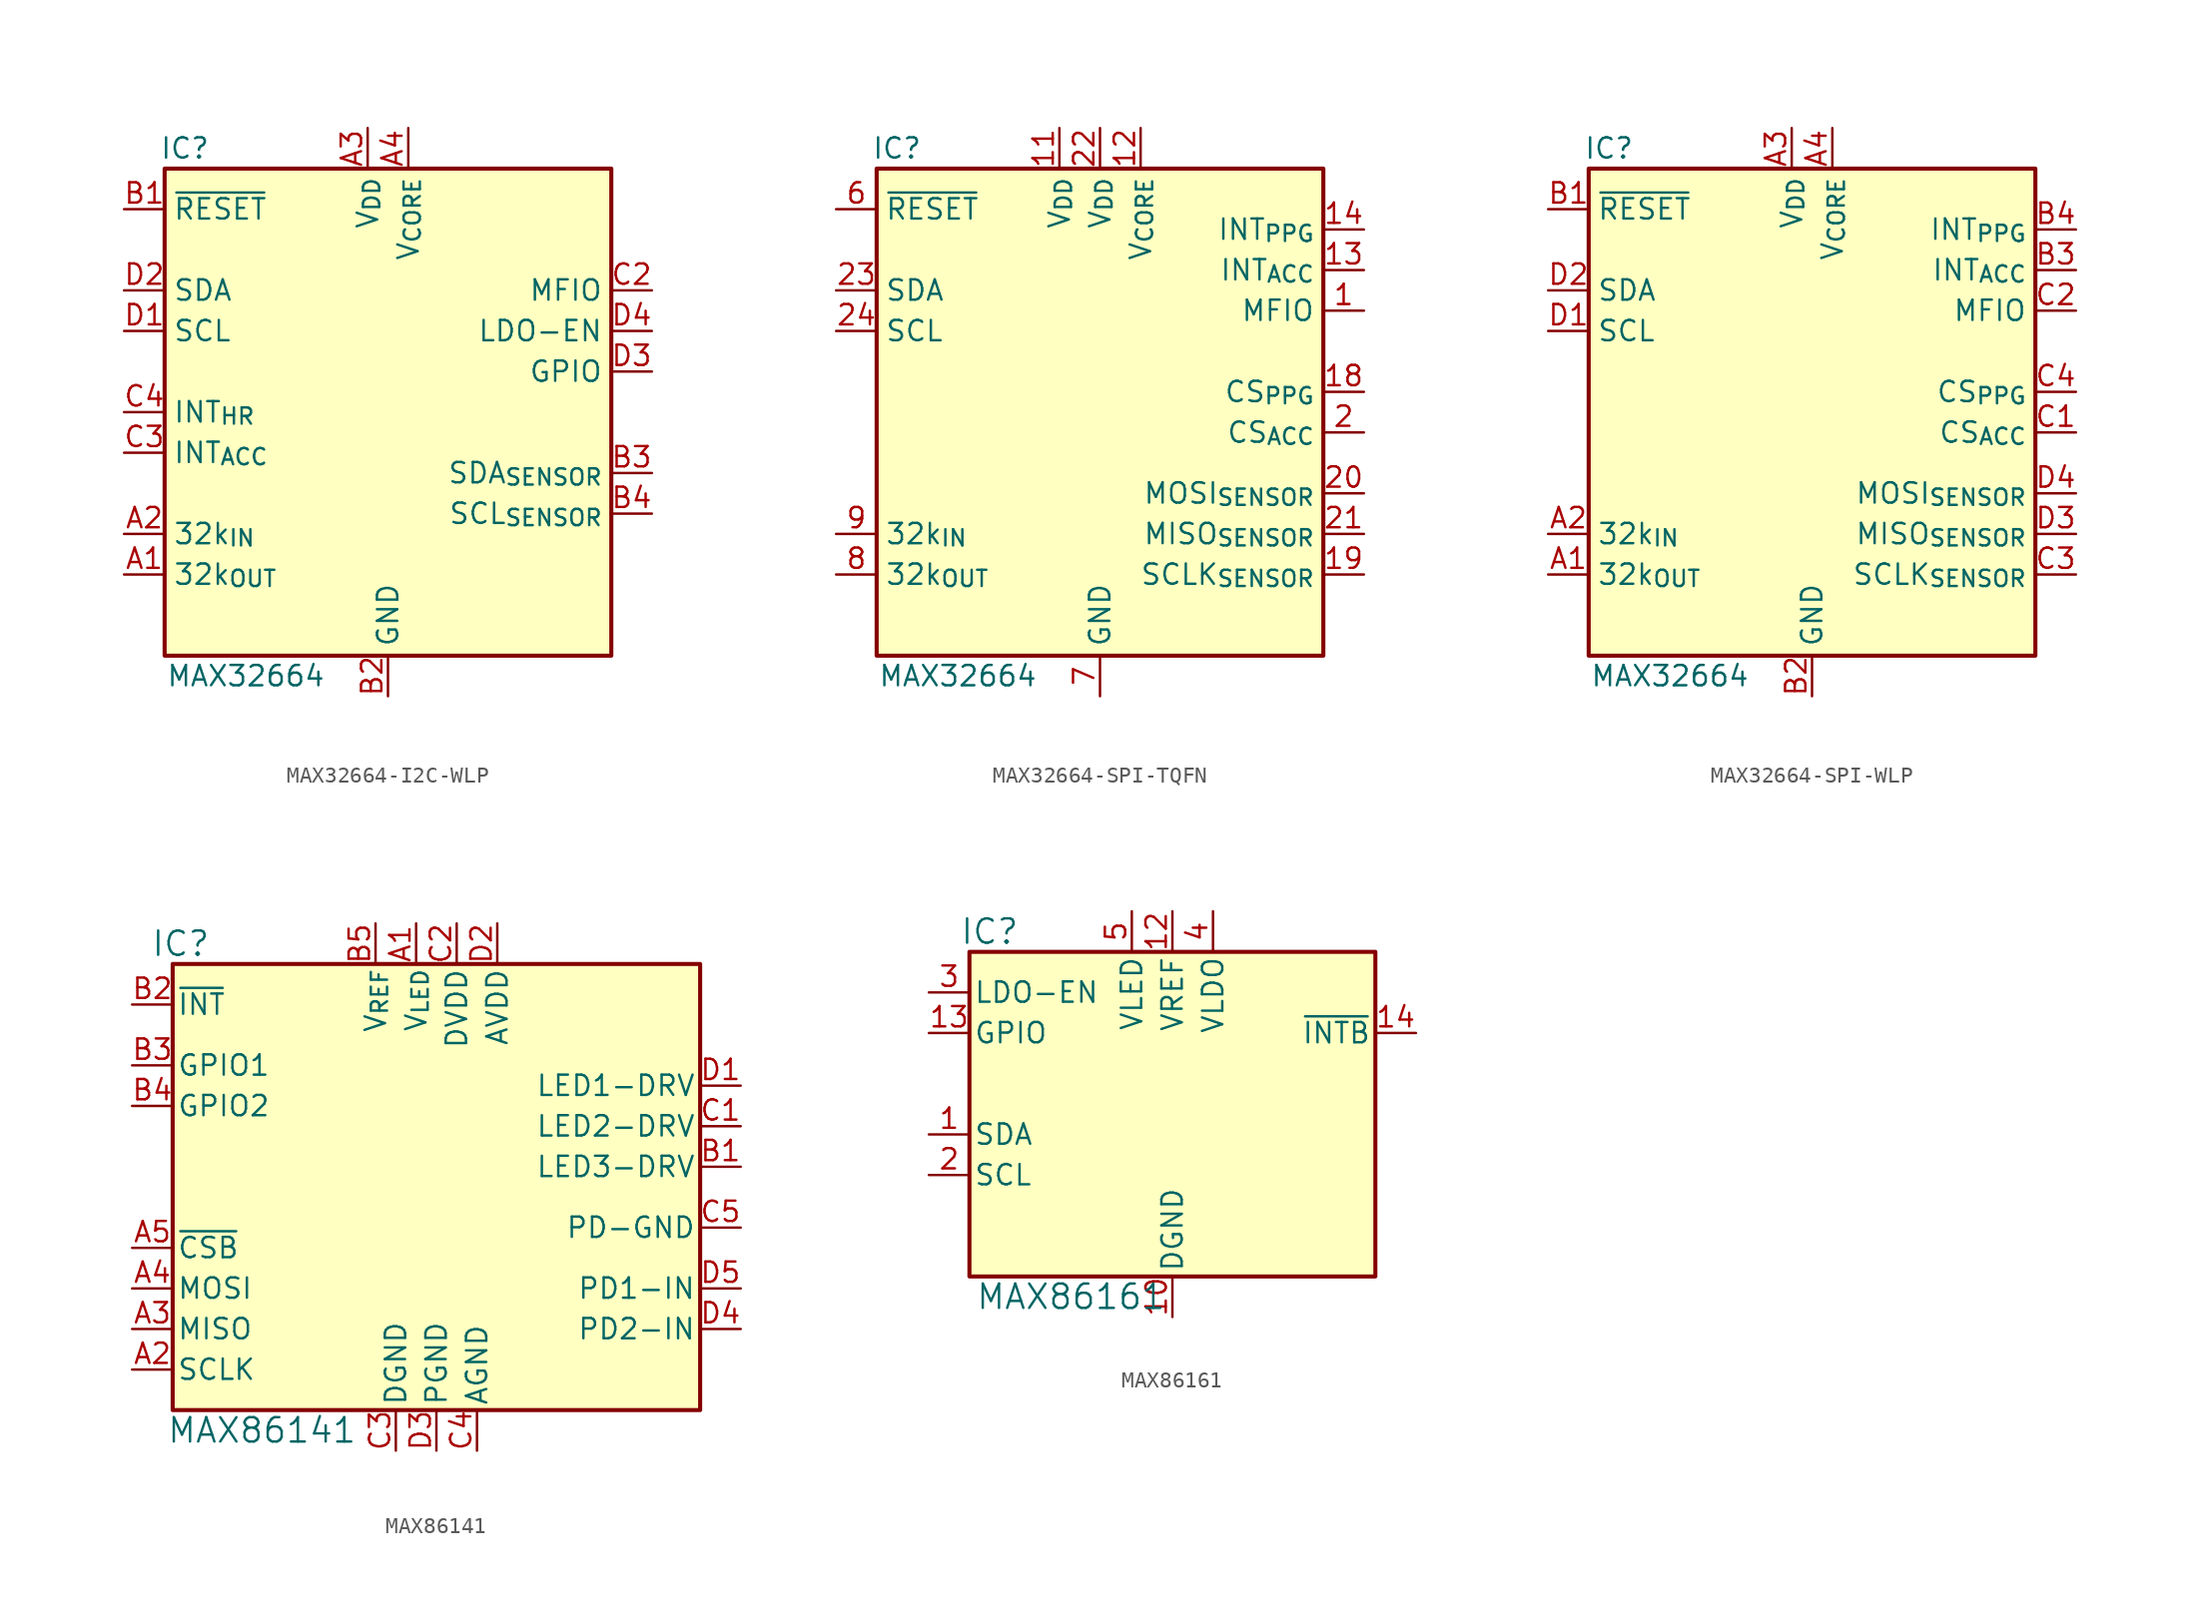
<source format=kicad_sym>
(kicad_symbol_lib
  (version 20241209)
  (generator "kicad_symbol_editor")
  (generator_version "9.0")
  (symbol "MAX32664-I2C-WLP"
    (property "Reference" "IC"
      (at -12.7 16.51 0)
      (effects (font (size 1.27 1.27))))
    (property "Value" "MAX32664"
      (at -8.89 -16.51 0)
      (effects (font (size 1.27 1.27))))
    (symbol "MAX32664-I2C-WLP_1_1"
      (rectangle (start -13.97 15.24) (end 13.97 -15.24) (stroke (width 0.254) (type default)) (fill (type background)))
      (pin input line (at -16.51 12.7 0) (length 2.54) (name "~{RESET}" (effects (font (size 1.27 1.27)))) (number "B1" (effects (font (size 1.27 1.27)))))
      (pin bidirectional line (at -16.51 7.62 0) (length 2.54) (name "SDA" (effects (font (size 1.27 1.27)))) (number "D2" (effects (font (size 1.27 1.27)))))
      (pin input line (at -16.51 5.08 0) (length 2.54) (name "SCL" (effects (font (size 1.27 1.27)))) (number "D1" (effects (font (size 1.27 1.27)))))
      (pin input line (at -16.51 0 0) (length 2.54) (name "INT_{HR}" (effects (font (size 1.27 1.27)))) (number "C4" (effects (font (size 1.27 1.27)))))
      (pin input line (at -16.51 -2.54 0) (length 2.54) (name "INT_{ACC}" (effects (font (size 1.27 1.27)))) (number "C3" (effects (font (size 1.27 1.27)))))
      (pin input line (at -16.51 -7.62 0) (length 2.54) (name "32k_{IN}" (effects (font (size 1.27 1.27)))) (number "A2" (effects (font (size 1.27 1.27)))))
      (pin output line (at -16.51 -10.16 0) (length 2.54) (name "32k_{OUT}" (effects (font (size 1.27 1.27)))) (number "A1" (effects (font (size 1.27 1.27)))))
      (pin power_in line (at -1.27 17.78 270) (length 2.54) (name "V_{DD}" (effects (font (size 1.27 1.27)))) (number "A3" (effects (font (size 1.27 1.27)))))
      (pin passive line (at 0 -17.78 90) (length 2.54) (name "GND" (effects (font (size 1.27 1.27)))) (number "B2" (effects (font (size 1.27 1.27)))))
      (pin power_in line (at 1.27 17.78 270) (length 2.54) (name "V_{CORE}" (effects (font (size 1.27 1.27)))) (number "A4" (effects (font (size 1.27 1.27)))))
      (pin bidirectional line (at 16.51 7.62 180) (length 2.54) (name "MFIO" (effects (font (size 1.27 1.27)))) (number "C2" (effects (font (size 1.27 1.27)))))
      (pin output line (at 16.51 5.08 180) (length 2.54) (name "LDO-EN" (effects (font (size 1.27 1.27)))) (number "D4" (effects (font (size 1.27 1.27)))))
      (pin bidirectional line (at 16.51 2.54 180) (length 2.54) (name "GPIO" (effects (font (size 1.27 1.27)))) (number "D3" (effects (font (size 1.27 1.27)))))
      (pin bidirectional line (at 16.51 -3.81 180) (length 2.54) (name "SDA_{SENSOR}" (effects (font (size 1.27 1.27)))) (number "B3" (effects (font (size 1.27 1.27)))))
      (pin output line (at 16.51 -6.35 180) (length 2.54) (name "SCL_{SENSOR}" (effects (font (size 1.27 1.27)))) (number "B4" (effects (font (size 1.27 1.27)))))))
  (symbol "MAX32664-SPI-TQFN"
    (property "Reference" "IC"
      (at -12.7 16.51 0)
      (effects (font (size 1.27 1.27))))
    (property "Value" "MAX32664"
      (at -8.89 -16.51 0)
      (effects (font (size 1.27 1.27))))
    (symbol "MAX32664-SPI-TQFN_1_1"
      (rectangle (start -13.97 15.24) (end 13.97 -15.24) (stroke (width 0.254) (type default)) (fill (type background)))
      (pin input line (at -16.51 12.7 0) (length 2.54) (name "~{RESET}" (effects (font (size 1.27 1.27)))) (number "6" (effects (font (size 1.27 1.27)))))
      (pin bidirectional line (at -16.51 7.62 0) (length 2.54) (name "SDA" (effects (font (size 1.27 1.27)))) (number "23" (effects (font (size 1.27 1.27)))))
      (pin input line (at -16.51 5.08 0) (length 2.54) (name "SCL" (effects (font (size 1.27 1.27)))) (number "24" (effects (font (size 1.27 1.27)))))
      (pin input line (at -16.51 -7.62 0) (length 2.54) (name "32k_{IN}" (effects (font (size 1.27 1.27)))) (number "9" (effects (font (size 1.27 1.27)))))
      (pin output line (at -16.51 -10.16 0) (length 2.54) (name "32k_{OUT}" (effects (font (size 1.27 1.27)))) (number "8" (effects (font (size 1.27 1.27)))))
      (pin power_in line (at -2.54 17.78 270) (length 2.54) (name "V_{DD}" (effects (font (size 1.27 1.27)))) (number "11" (effects (font (size 1.27 1.27)))))
      (pin power_in line (at 0 17.78 270) (length 2.54) (name "V_{DD}" (effects (font (size 1.27 1.27)))) (number "22" (effects (font (size 1.27 1.27)))))
      (pin passive line (at 0 -17.78 90) (length 2.54) (hide yes) (name "GND" (effects (font (size 1.27 1.27)))) (number "10" (effects (font (size 1.27 1.27)))))
      (pin passive line (at 0 -17.78 90) (length 2.54) (name "GND" (effects (font (size 1.27 1.27)))) (number "7" (effects (font (size 1.27 1.27)))))
      (pin power_in line (at 2.54 17.78 270) (length 2.54) (name "V_{CORE}" (effects (font (size 1.27 1.27)))) (number "12" (effects (font (size 1.27 1.27)))))
      (pin input line (at 16.51 11.43 180) (length 2.54) (name "INT_{PPG}" (effects (font (size 1.27 1.27)))) (number "14" (effects (font (size 1.27 1.27)))))
      (pin bidirectional line (at 16.51 8.89 180) (length 2.54) (name "INT_{ACC}" (effects (font (size 1.27 1.27)))) (number "13" (effects (font (size 1.27 1.27)))))
      (pin bidirectional line (at 16.51 6.35 180) (length 2.54) (name "MFIO" (effects (font (size 1.27 1.27)))) (number "1" (effects (font (size 1.27 1.27)))))
      (pin output line (at 16.51 1.27 180) (length 2.54) (name "CS_{PPG}" (effects (font (size 1.27 1.27)))) (number "18" (effects (font (size 1.27 1.27)))))
      (pin output line (at 16.51 -1.27 180) (length 2.54) (name "CS_{ACC}" (effects (font (size 1.27 1.27)))) (number "2" (effects (font (size 1.27 1.27)))))
      (pin output line (at 16.51 -5.08 180) (length 2.54) (name "MOSI_{SENSOR}" (effects (font (size 1.27 1.27)))) (number "20" (effects (font (size 1.27 1.27)))))
      (pin input line (at 16.51 -7.62 180) (length 2.54) (name "MISO_{SENSOR}" (effects (font (size 1.27 1.27)))) (number "21" (effects (font (size 1.27 1.27)))))
      (pin output line (at 16.51 -10.16 180) (length 2.54) (name "SCLK_{SENSOR}" (effects (font (size 1.27 1.27)))) (number "19" (effects (font (size 1.27 1.27)))))))
  (symbol "MAX32664-SPI-WLP"
    (property "Reference" "IC"
      (at -12.7 16.51 0)
      (effects (font (size 1.27 1.27))))
    (property "Value" "MAX32664"
      (at -8.89 -16.51 0)
      (effects (font (size 1.27 1.27))))
    (symbol "MAX32664-SPI-WLP_1_1"
      (rectangle (start -13.97 15.24) (end 13.97 -15.24) (stroke (width 0.254) (type default)) (fill (type background)))
      (pin input line (at -16.51 12.7 0) (length 2.54) (name "~{RESET}" (effects (font (size 1.27 1.27)))) (number "B1" (effects (font (size 1.27 1.27)))))
      (pin bidirectional line (at -16.51 7.62 0) (length 2.54) (name "SDA" (effects (font (size 1.27 1.27)))) (number "D2" (effects (font (size 1.27 1.27)))))
      (pin input line (at -16.51 5.08 0) (length 2.54) (name "SCL" (effects (font (size 1.27 1.27)))) (number "D1" (effects (font (size 1.27 1.27)))))
      (pin input line (at -16.51 -7.62 0) (length 2.54) (name "32k_{IN}" (effects (font (size 1.27 1.27)))) (number "A2" (effects (font (size 1.27 1.27)))))
      (pin output line (at -16.51 -10.16 0) (length 2.54) (name "32k_{OUT}" (effects (font (size 1.27 1.27)))) (number "A1" (effects (font (size 1.27 1.27)))))
      (pin power_in line (at -1.27 17.78 270) (length 2.54) (name "V_{DD}" (effects (font (size 1.27 1.27)))) (number "A3" (effects (font (size 1.27 1.27)))))
      (pin passive line (at 0 -17.78 90) (length 2.54) (name "GND" (effects (font (size 1.27 1.27)))) (number "B2" (effects (font (size 1.27 1.27)))))
      (pin power_in line (at 1.27 17.78 270) (length 2.54) (name "V_{CORE}" (effects (font (size 1.27 1.27)))) (number "A4" (effects (font (size 1.27 1.27)))))
      (pin output line (at 16.51 11.43 180) (length 2.54) (name "INT_{PPG}" (effects (font (size 1.27 1.27)))) (number "B4" (effects (font (size 1.27 1.27)))))
      (pin bidirectional line (at 16.51 8.89 180) (length 2.54) (name "INT_{ACC}" (effects (font (size 1.27 1.27)))) (number "B3" (effects (font (size 1.27 1.27)))))
      (pin bidirectional line (at 16.51 6.35 180) (length 2.54) (name "MFIO" (effects (font (size 1.27 1.27)))) (number "C2" (effects (font (size 1.27 1.27)))))
      (pin output line (at 16.51 1.27 180) (length 2.54) (name "CS_{PPG}" (effects (font (size 1.27 1.27)))) (number "C4" (effects (font (size 1.27 1.27)))))
      (pin output line (at 16.51 -1.27 180) (length 2.54) (name "CS_{ACC}" (effects (font (size 1.27 1.27)))) (number "C1" (effects (font (size 1.27 1.27)))))
      (pin output line (at 16.51 -5.08 180) (length 2.54) (name "MOSI_{SENSOR}" (effects (font (size 1.27 1.27)))) (number "D4" (effects (font (size 1.27 1.27)))))
      (pin input line (at 16.51 -7.62 180) (length 2.54) (name "MISO_{SENSOR}" (effects (font (size 1.27 1.27)))) (number "D3" (effects (font (size 1.27 1.27)))))
      (pin output line (at 16.51 -10.16 180) (length 2.54) (name "SCLK_{SENSOR}" (effects (font (size 1.27 1.27)))) (number "C3" (effects (font (size 1.27 1.27)))))))
  (symbol "MAX86141"
    (pin_names
      (offset 0.254))
    (property "Reference" "IC"
      (at -16.002 15.24 0)
      (effects (font (size 1.524 1.524))))
    (property "Value" "MAX86141"
      (at -10.922 -15.24 0)
      (effects (font (size 1.524 1.524))))
    (symbol "MAX86141_1_1"
      (rectangle (start -16.51 13.97) (end 16.51 -13.97) (stroke (width 0.254) (type default)) (fill (type background)))
      (pin output line (at -19.05 11.43 0) (length 2.54) (name "~{INT}" (effects (font (size 1.27 1.27)))) (number "B2" (effects (font (size 1.27 1.27)))))
      (pin bidirectional line (at -19.05 7.62 0) (length 2.54) (name "GPIO1" (effects (font (size 1.27 1.27)))) (number "B3" (effects (font (size 1.27 1.27)))))
      (pin bidirectional line (at -19.05 5.08 0) (length 2.54) (name "GPIO2" (effects (font (size 1.27 1.27)))) (number "B4" (effects (font (size 1.27 1.27)))))
      (pin input line (at -19.05 -3.81 0) (length 2.54) (name "~{CSB}" (effects (font (size 1.27 1.27)))) (number "A5" (effects (font (size 1.27 1.27)))))
      (pin input line (at -19.05 -6.35 0) (length 2.54) (name "MOSI" (effects (font (size 1.27 1.27)))) (number "A4" (effects (font (size 1.27 1.27)))))
      (pin output line (at -19.05 -8.89 0) (length 2.54) (name "MISO" (effects (font (size 1.27 1.27)))) (number "A3" (effects (font (size 1.27 1.27)))))
      (pin input line (at -19.05 -11.43 0) (length 2.54) (name "SCLK" (effects (font (size 1.27 1.27)))) (number "A2" (effects (font (size 1.27 1.27)))))
      (pin power_in line (at -3.81 16.51 270) (length 2.54) (name "V_{REF}" (effects (font (size 1.27 1.27)))) (number "B5" (effects (font (size 1.27 1.27)))))
      (pin passive line (at -2.54 -16.51 90) (length 2.54) (name "DGND" (effects (font (size 1.27 1.27)))) (number "C3" (effects (font (size 1.27 1.27)))))
      (pin power_in line (at -1.27 16.51 270) (length 2.54) (name "V_{LED}" (effects (font (size 1.27 1.27)))) (number "A1" (effects (font (size 1.27 1.27)))))
      (pin passive line (at 0 -16.51 90) (length 2.54) (name "PGND" (effects (font (size 1.27 1.27)))) (number "D3" (effects (font (size 1.27 1.27)))))
      (pin power_in line (at 1.27 16.51 270) (length 2.54) (name "DVDD" (effects (font (size 1.27 1.27)))) (number "C2" (effects (font (size 1.27 1.27)))))
      (pin passive line (at 2.54 -16.51 90) (length 2.54) (name "AGND" (effects (font (size 1.27 1.27)))) (number "C4" (effects (font (size 1.27 1.27)))))
      (pin power_in line (at 3.81 16.51 270) (length 2.54) (name "AVDD" (effects (font (size 1.27 1.27)))) (number "D2" (effects (font (size 1.27 1.27)))))
      (pin output line (at 19.05 6.35 180) (length 2.54) (name "LED1-DRV" (effects (font (size 1.27 1.27)))) (number "D1" (effects (font (size 1.27 1.27)))))
      (pin output line (at 19.05 3.81 180) (length 2.54) (name "LED2-DRV" (effects (font (size 1.27 1.27)))) (number "C1" (effects (font (size 1.27 1.27)))))
      (pin output line (at 19.05 1.27 180) (length 2.54) (name "LED3-DRV" (effects (font (size 1.27 1.27)))) (number "B1" (effects (font (size 1.27 1.27)))))
      (pin passive line (at 19.05 -2.54 180) (length 2.54) (name "PD-GND" (effects (font (size 1.27 1.27)))) (number "C5" (effects (font (size 1.27 1.27)))))
      (pin input line (at 19.05 -6.35 180) (length 2.54) (name "PD1-IN" (effects (font (size 1.27 1.27)))) (number "D5" (effects (font (size 1.27 1.27)))))
      (pin input line (at 19.05 -8.89 180) (length 2.54) (name "PD2-IN" (effects (font (size 1.27 1.27)))) (number "D4" (effects (font (size 1.27 1.27)))))))
  (symbol "MAX86161"
    (pin_names
      (offset 0.254))
    (property "Reference" "IC"
      (at -11.43 11.43 0)
      (effects (font (size 1.524 1.524))))
    (property "Value" "MAX86161"
      (at -6.35 -11.43 0)
      (effects (font (size 1.524 1.524))))
    (symbol "MAX86161_1_1"
      (rectangle (start -12.7 10.16) (end 12.7 -10.16) (stroke (width 0.254) (type default)) (fill (type background)))
      (pin input line (at -15.24 7.62 0) (length 2.54) (name "LDO-EN" (effects (font (size 1.27 1.27)))) (number "3" (effects (font (size 1.27 1.27)))))
      (pin bidirectional line (at -15.24 5.08 0) (length 2.54) (name "GPIO" (effects (font (size 1.27 1.27)))) (number "13" (effects (font (size 1.27 1.27)))))
      (pin bidirectional line (at -15.24 -1.27 0) (length 2.54) (name "SDA" (effects (font (size 1.27 1.27)))) (number "1" (effects (font (size 1.27 1.27)))))
      (pin input line (at -15.24 -3.81 0) (length 2.54) (name "SCL" (effects (font (size 1.27 1.27)))) (number "2" (effects (font (size 1.27 1.27)))))
      (pin power_in line (at -2.54 12.7 270) (length 2.54) (name "VLED" (effects (font (size 1.27 1.27)))) (number "5" (effects (font (size 1.27 1.27)))))
      (pin power_in line (at 0 12.7 270) (length 2.54) (name "VREF" (effects (font (size 1.27 1.27)))) (number "12" (effects (font (size 1.27 1.27)))))
      (pin passive line (at 0 -12.7 90) (length 2.54) (name "DGND" (effects (font (size 1.27 1.27)))) (number "10" (effects (font (size 1.27 1.27)))))
      (pin passive line (at 0 -12.7 90) (length 2.54) (hide yes) (name "AGND" (effects (font (size 1.27 1.27)))) (number "11" (effects (font (size 1.27 1.27)))))
      (pin passive line (at 0 -12.7 90) (length 2.54) (hide yes) (name "PGND" (effects (font (size 1.27 1.27)))) (number "9" (effects (font (size 1.27 1.27)))))
      (pin power_in line (at 2.54 12.7 270) (length 2.54) (name "VLDO" (effects (font (size 1.27 1.27)))) (number "4" (effects (font (size 1.27 1.27)))))
      (pin output line (at 15.24 5.08 180) (length 2.54) (name "~{INTB}" (effects (font (size 1.27 1.27)))) (number "14" (effects (font (size 1.27 1.27))))))))
</source>
